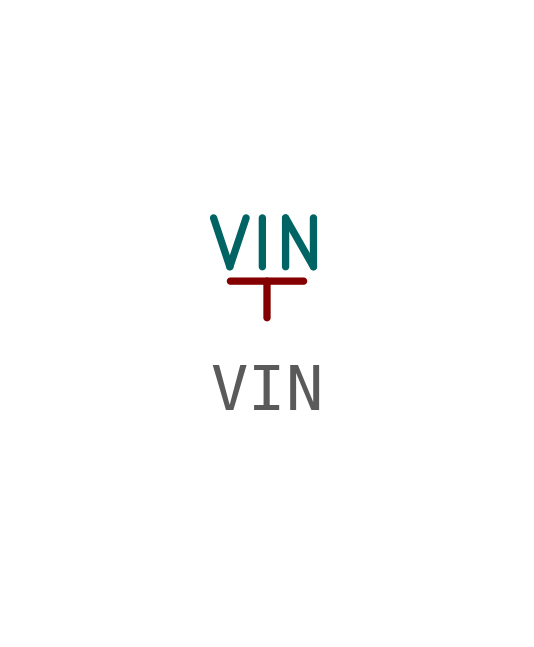
<source format=kicad_sym>
(kicad_symbol_lib
  (version 20211014)
  (generator kicad_symbol_editor)
  (symbol "VIN"
    (power)
    (pin_numbers hide)
    (pin_names
      (offset 0) hide)
    (property "Reference" "#PWR"
      (at 0.254 0 0)
      (effects (font (size 0.508 0.508)) hide))
    (property "Value" "VIN"
      (at 0 1.524 0)
      (effects (font (size 1.016 1.016))))
    (symbol "VIN_0_1"
      (polyline (pts (xy -0.762 0.762) (xy 0.762 0.762)) (stroke (width 0) (type default) (color 0 0 0 0)) (fill (type none)))
      (polyline (pts (xy 0 0) (xy 0 0.762)) (stroke (width 0) (type default) (color 0 0 0 0)) (fill (type none))))
    (symbol "VIN_1_1"
      (pin power_in line (at 0 0 90) (length 0) hide (name "VIN" (effects (font (size 1.27 1.27)))) (number "1" (effects (font (size 1.27 1.27))))))))
</source>
